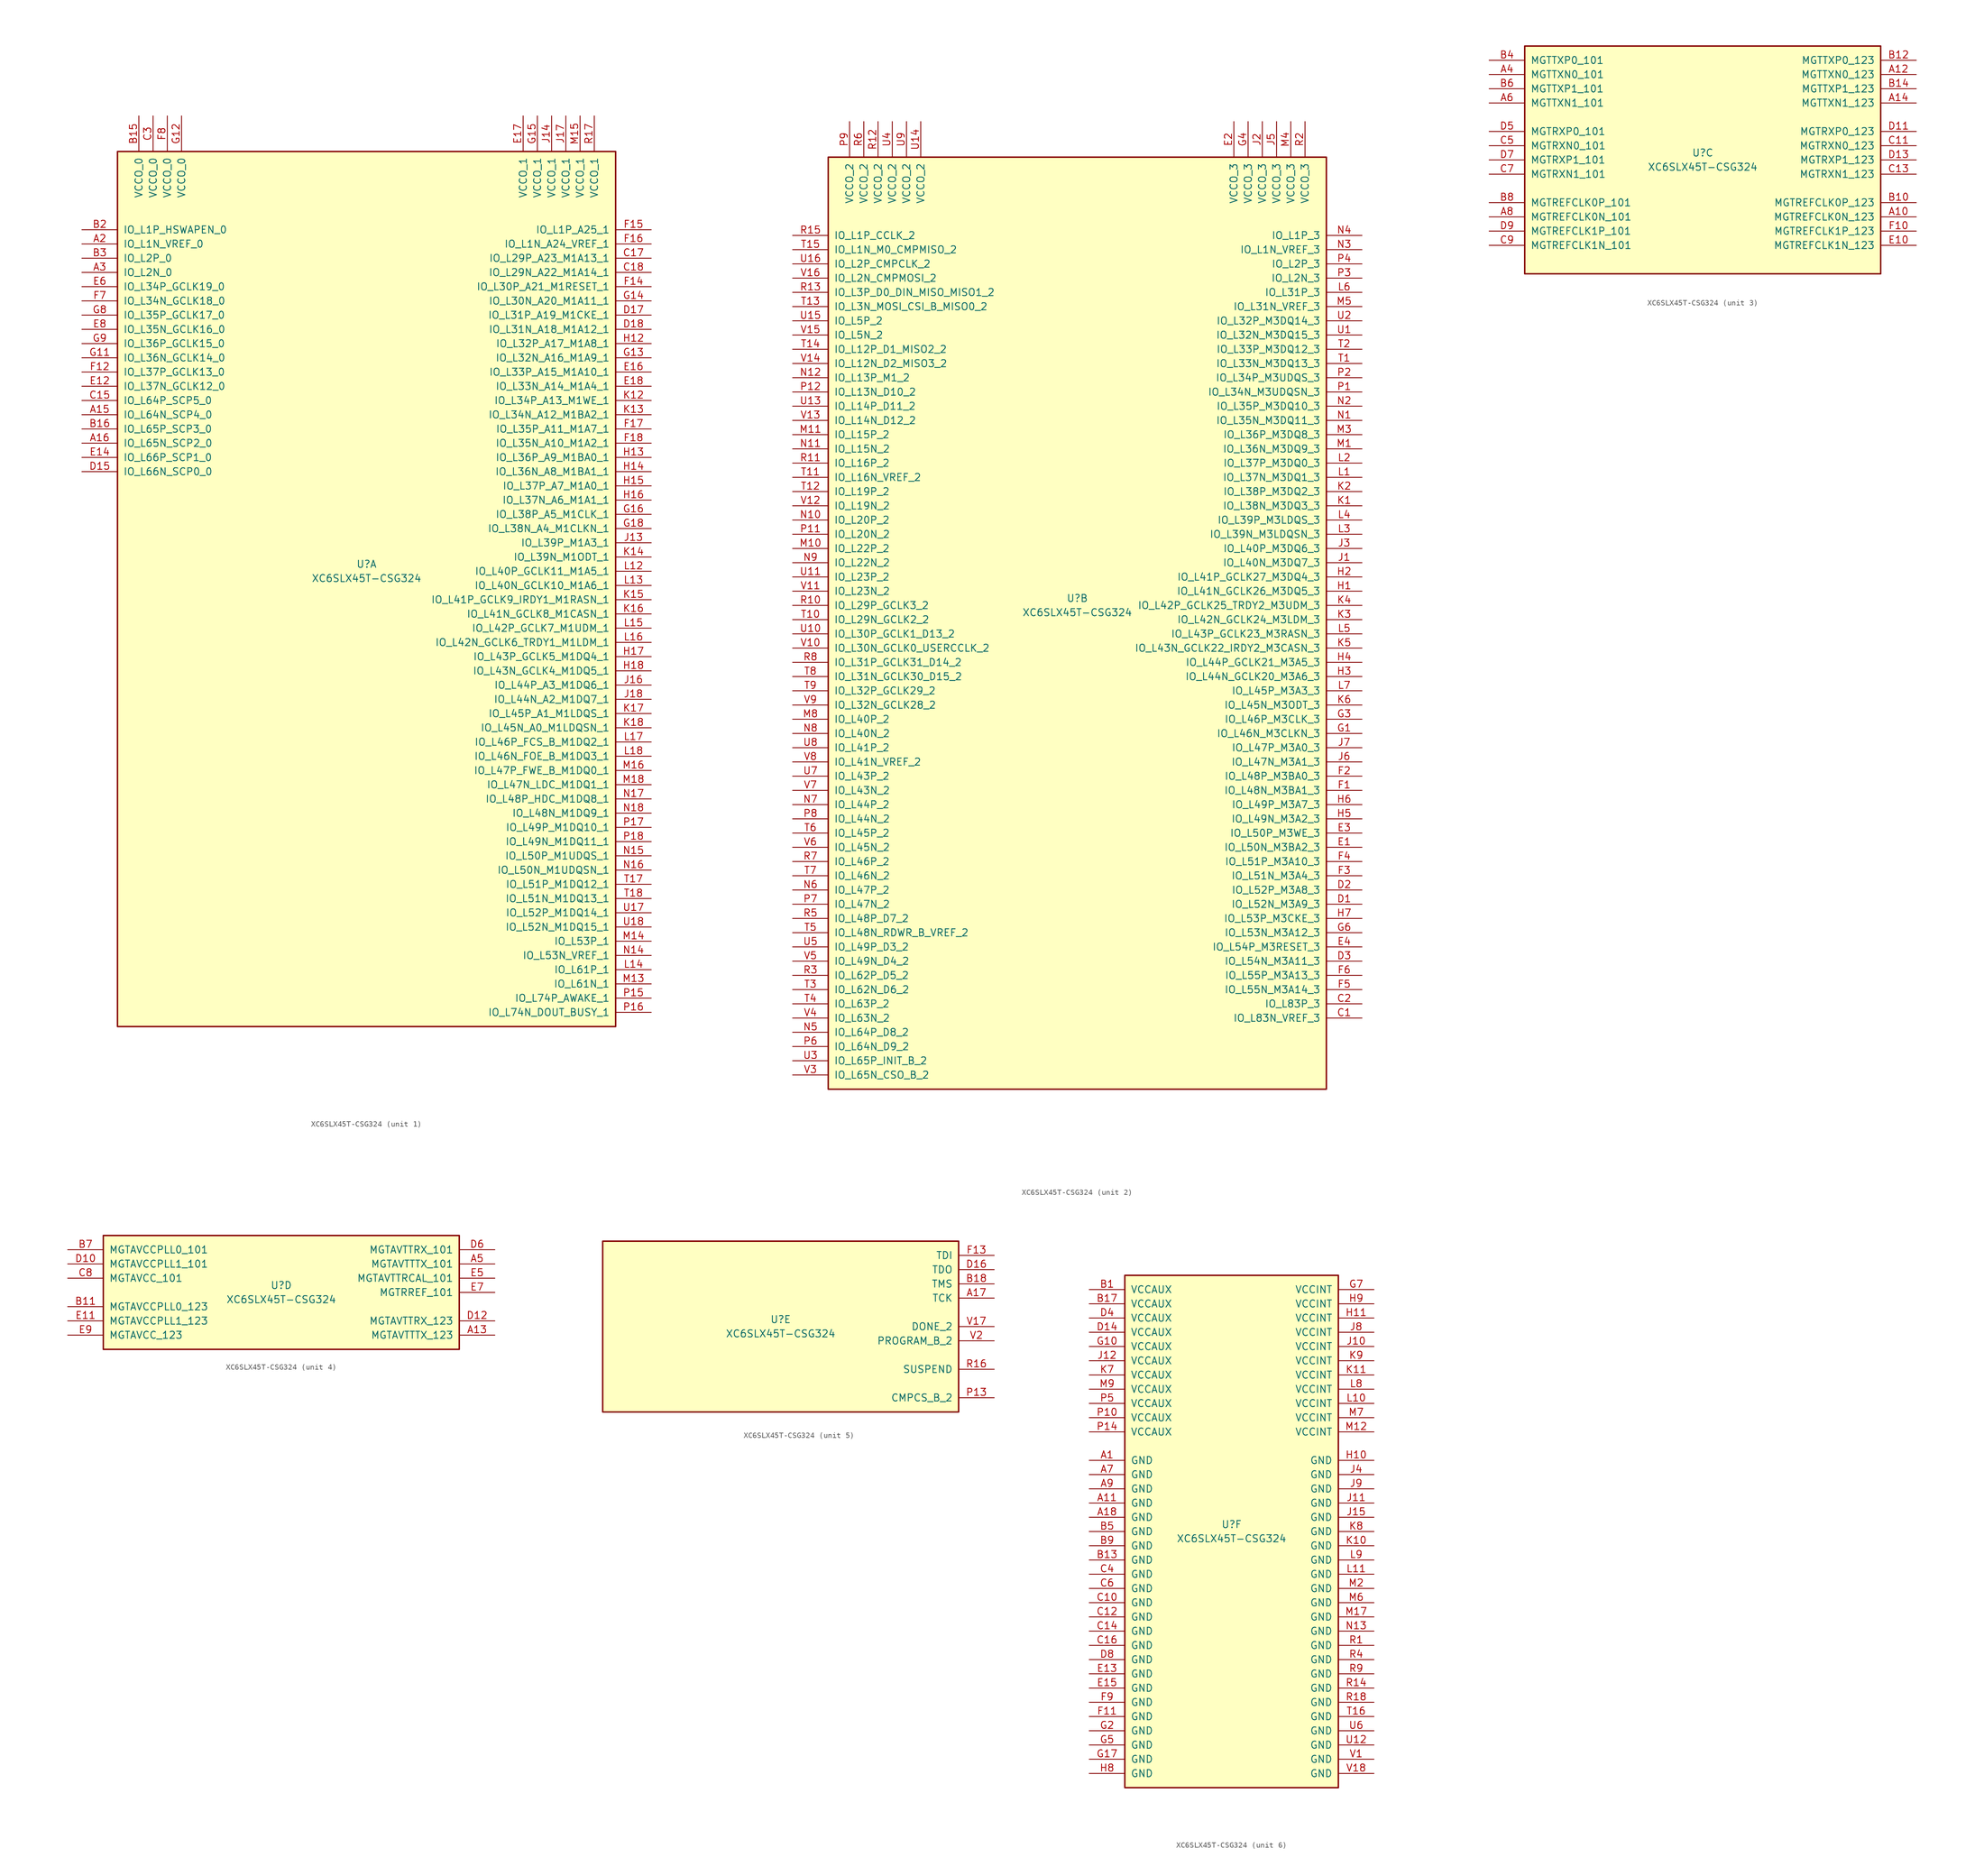
<source format=kicad_sym>
(kicad_symbol_lib
  (version 20201005)
  (generator kicad_symbol_editor)
  (symbol "XC6SLX45T-CSG324"
    (pin_names
      (offset 1.016))
    (property "Reference" "U"
      (at 0 1.27 0)
      (effects (font (size 1.27 1.27))))
    (property "Value" "XC6SLX45T-CSG324"
      (at 0 -1.27 0)
      (effects (font (size 1.27 1.27))))
    (property "Datasheet" ""
      (at 0 0 0)
      (effects (font (size 1.27 1.27))))
    (property "ki_locked" ""
      (at 0 0 0)
      (effects (font (size 1.27 1.27))))
    (symbol "XC6SLX45T-CSG324_1_1"
      (rectangle (start -44.45 74.93) (end 44.45 -81.28) (stroke (width 0.254)) (fill (type background)))
      (pin power_in line (at -40.64 81.28 270) (length 6.35) (name "VCCO_0" (effects (font (size 1.27 1.27)))) (number "B15" (effects (font (size 1.27 1.27)))))
      (pin power_in line (at -38.1 81.28 270) (length 6.35) (name "VCCO_0" (effects (font (size 1.27 1.27)))) (number "C3" (effects (font (size 1.27 1.27)))))
      (pin power_in line (at -35.56 81.28 270) (length 6.35) (name "VCCO_0" (effects (font (size 1.27 1.27)))) (number "F8" (effects (font (size 1.27 1.27)))))
      (pin power_in line (at -33.02 81.28 270) (length 6.35) (name "VCCO_0" (effects (font (size 1.27 1.27)))) (number "G12" (effects (font (size 1.27 1.27)))))
      (pin bidirectional line (at -50.8 60.96 0) (length 6.35) (name "IO_L1P_HSWAPEN_0" (effects (font (size 1.27 1.27)))) (number "B2" (effects (font (size 1.27 1.27)))))
      (pin bidirectional line (at -50.8 58.42 0) (length 6.35) (name "IO_L1N_VREF_0" (effects (font (size 1.27 1.27)))) (number "A2" (effects (font (size 1.27 1.27)))))
      (pin bidirectional line (at -50.8 55.88 0) (length 6.35) (name "IO_L2P_0" (effects (font (size 1.27 1.27)))) (number "B3" (effects (font (size 1.27 1.27)))))
      (pin bidirectional line (at -50.8 53.34 0) (length 6.35) (name "IO_L2N_0" (effects (font (size 1.27 1.27)))) (number "A3" (effects (font (size 1.27 1.27)))))
      (pin bidirectional line (at -50.8 50.8 0) (length 6.35) (name "IO_L34P_GCLK19_0" (effects (font (size 1.27 1.27)))) (number "E6" (effects (font (size 1.27 1.27)))))
      (pin bidirectional line (at -50.8 48.26 0) (length 6.35) (name "IO_L34N_GCLK18_0" (effects (font (size 1.27 1.27)))) (number "F7" (effects (font (size 1.27 1.27)))))
      (pin bidirectional line (at -50.8 45.72 0) (length 6.35) (name "IO_L35P_GCLK17_0" (effects (font (size 1.27 1.27)))) (number "G8" (effects (font (size 1.27 1.27)))))
      (pin bidirectional line (at -50.8 43.18 0) (length 6.35) (name "IO_L35N_GCLK16_0" (effects (font (size 1.27 1.27)))) (number "E8" (effects (font (size 1.27 1.27)))))
      (pin bidirectional line (at -50.8 40.64 0) (length 6.35) (name "IO_L36P_GCLK15_0" (effects (font (size 1.27 1.27)))) (number "G9" (effects (font (size 1.27 1.27)))))
      (pin bidirectional line (at -50.8 38.1 0) (length 6.35) (name "IO_L36N_GCLK14_0" (effects (font (size 1.27 1.27)))) (number "G11" (effects (font (size 1.27 1.27)))))
      (pin bidirectional line (at -50.8 35.56 0) (length 6.35) (name "IO_L37P_GCLK13_0" (effects (font (size 1.27 1.27)))) (number "F12" (effects (font (size 1.27 1.27)))))
      (pin bidirectional line (at -50.8 33.02 0) (length 6.35) (name "IO_L37N_GCLK12_0" (effects (font (size 1.27 1.27)))) (number "E12" (effects (font (size 1.27 1.27)))))
      (pin bidirectional line (at -50.8 30.48 0) (length 6.35) (name "IO_L64P_SCP5_0" (effects (font (size 1.27 1.27)))) (number "C15" (effects (font (size 1.27 1.27)))))
      (pin bidirectional line (at -50.8 27.94 0) (length 6.35) (name "IO_L64N_SCP4_0" (effects (font (size 1.27 1.27)))) (number "A15" (effects (font (size 1.27 1.27)))))
      (pin bidirectional line (at -50.8 25.4 0) (length 6.35) (name "IO_L65P_SCP3_0" (effects (font (size 1.27 1.27)))) (number "B16" (effects (font (size 1.27 1.27)))))
      (pin bidirectional line (at -50.8 22.86 0) (length 6.35) (name "IO_L65N_SCP2_0" (effects (font (size 1.27 1.27)))) (number "A16" (effects (font (size 1.27 1.27)))))
      (pin bidirectional line (at -50.8 20.32 0) (length 6.35) (name "IO_L66P_SCP1_0" (effects (font (size 1.27 1.27)))) (number "E14" (effects (font (size 1.27 1.27)))))
      (pin bidirectional line (at -50.8 17.78 0) (length 6.35) (name "IO_L66N_SCP0_0" (effects (font (size 1.27 1.27)))) (number "D15" (effects (font (size 1.27 1.27)))))
      (pin power_in line (at 27.94 81.28 270) (length 6.35) (name "VCCO_1" (effects (font (size 1.27 1.27)))) (number "E17" (effects (font (size 1.27 1.27)))))
      (pin power_in line (at 30.48 81.28 270) (length 6.35) (name "VCCO_1" (effects (font (size 1.27 1.27)))) (number "G15" (effects (font (size 1.27 1.27)))))
      (pin power_in line (at 33.02 81.28 270) (length 6.35) (name "VCCO_1" (effects (font (size 1.27 1.27)))) (number "J14" (effects (font (size 1.27 1.27)))))
      (pin power_in line (at 35.56 81.28 270) (length 6.35) (name "VCCO_1" (effects (font (size 1.27 1.27)))) (number "J17" (effects (font (size 1.27 1.27)))))
      (pin power_in line (at 38.1 81.28 270) (length 6.35) (name "VCCO_1" (effects (font (size 1.27 1.27)))) (number "M15" (effects (font (size 1.27 1.27)))))
      (pin power_in line (at 40.64 81.28 270) (length 6.35) (name "VCCO_1" (effects (font (size 1.27 1.27)))) (number "R17" (effects (font (size 1.27 1.27)))))
      (pin bidirectional line (at 50.8 60.96 180) (length 6.35) (name "IO_L1P_A25_1" (effects (font (size 1.27 1.27)))) (number "F15" (effects (font (size 1.27 1.27)))))
      (pin bidirectional line (at 50.8 58.42 180) (length 6.35) (name "IO_L1N_A24_VREF_1" (effects (font (size 1.27 1.27)))) (number "F16" (effects (font (size 1.27 1.27)))))
      (pin bidirectional line (at 50.8 55.88 180) (length 6.35) (name "IO_L29P_A23_M1A13_1" (effects (font (size 1.27 1.27)))) (number "C17" (effects (font (size 1.27 1.27)))))
      (pin bidirectional line (at 50.8 53.34 180) (length 6.35) (name "IO_L29N_A22_M1A14_1" (effects (font (size 1.27 1.27)))) (number "C18" (effects (font (size 1.27 1.27)))))
      (pin bidirectional line (at 50.8 50.8 180) (length 6.35) (name "IO_L30P_A21_M1RESET_1" (effects (font (size 1.27 1.27)))) (number "F14" (effects (font (size 1.27 1.27)))))
      (pin bidirectional line (at 50.8 48.26 180) (length 6.35) (name "IO_L30N_A20_M1A11_1" (effects (font (size 1.27 1.27)))) (number "G14" (effects (font (size 1.27 1.27)))))
      (pin bidirectional line (at 50.8 45.72 180) (length 6.35) (name "IO_L31P_A19_M1CKE_1" (effects (font (size 1.27 1.27)))) (number "D17" (effects (font (size 1.27 1.27)))))
      (pin bidirectional line (at 50.8 43.18 180) (length 6.35) (name "IO_L31N_A18_M1A12_1" (effects (font (size 1.27 1.27)))) (number "D18" (effects (font (size 1.27 1.27)))))
      (pin bidirectional line (at 50.8 40.64 180) (length 6.35) (name "IO_L32P_A17_M1A8_1" (effects (font (size 1.27 1.27)))) (number "H12" (effects (font (size 1.27 1.27)))))
      (pin bidirectional line (at 50.8 38.1 180) (length 6.35) (name "IO_L32N_A16_M1A9_1" (effects (font (size 1.27 1.27)))) (number "G13" (effects (font (size 1.27 1.27)))))
      (pin bidirectional line (at 50.8 35.56 180) (length 6.35) (name "IO_L33P_A15_M1A10_1" (effects (font (size 1.27 1.27)))) (number "E16" (effects (font (size 1.27 1.27)))))
      (pin bidirectional line (at 50.8 33.02 180) (length 6.35) (name "IO_L33N_A14_M1A4_1" (effects (font (size 1.27 1.27)))) (number "E18" (effects (font (size 1.27 1.27)))))
      (pin bidirectional line (at 50.8 30.48 180) (length 6.35) (name "IO_L34P_A13_M1WE_1" (effects (font (size 1.27 1.27)))) (number "K12" (effects (font (size 1.27 1.27)))))
      (pin bidirectional line (at 50.8 27.94 180) (length 6.35) (name "IO_L34N_A12_M1BA2_1" (effects (font (size 1.27 1.27)))) (number "K13" (effects (font (size 1.27 1.27)))))
      (pin bidirectional line (at 50.8 25.4 180) (length 6.35) (name "IO_L35P_A11_M1A7_1" (effects (font (size 1.27 1.27)))) (number "F17" (effects (font (size 1.27 1.27)))))
      (pin bidirectional line (at 50.8 22.86 180) (length 6.35) (name "IO_L35N_A10_M1A2_1" (effects (font (size 1.27 1.27)))) (number "F18" (effects (font (size 1.27 1.27)))))
      (pin bidirectional line (at 50.8 20.32 180) (length 6.35) (name "IO_L36P_A9_M1BA0_1" (effects (font (size 1.27 1.27)))) (number "H13" (effects (font (size 1.27 1.27)))))
      (pin bidirectional line (at 50.8 17.78 180) (length 6.35) (name "IO_L36N_A8_M1BA1_1" (effects (font (size 1.27 1.27)))) (number "H14" (effects (font (size 1.27 1.27)))))
      (pin bidirectional line (at 50.8 15.24 180) (length 6.35) (name "IO_L37P_A7_M1A0_1" (effects (font (size 1.27 1.27)))) (number "H15" (effects (font (size 1.27 1.27)))))
      (pin bidirectional line (at 50.8 12.7 180) (length 6.35) (name "IO_L37N_A6_M1A1_1" (effects (font (size 1.27 1.27)))) (number "H16" (effects (font (size 1.27 1.27)))))
      (pin bidirectional line (at 50.8 10.16 180) (length 6.35) (name "IO_L38P_A5_M1CLK_1" (effects (font (size 1.27 1.27)))) (number "G16" (effects (font (size 1.27 1.27)))))
      (pin bidirectional line (at 50.8 7.62 180) (length 6.35) (name "IO_L38N_A4_M1CLKN_1" (effects (font (size 1.27 1.27)))) (number "G18" (effects (font (size 1.27 1.27)))))
      (pin bidirectional line (at 50.8 5.08 180) (length 6.35) (name "IO_L39P_M1A3_1" (effects (font (size 1.27 1.27)))) (number "J13" (effects (font (size 1.27 1.27)))))
      (pin bidirectional line (at 50.8 2.54 180) (length 6.35) (name "IO_L39N_M1ODT_1" (effects (font (size 1.27 1.27)))) (number "K14" (effects (font (size 1.27 1.27)))))
      (pin bidirectional line (at 50.8 0 180) (length 6.35) (name "IO_L40P_GCLK11_M1A5_1" (effects (font (size 1.27 1.27)))) (number "L12" (effects (font (size 1.27 1.27)))))
      (pin bidirectional line (at 50.8 -2.54 180) (length 6.35) (name "IO_L40N_GCLK10_M1A6_1" (effects (font (size 1.27 1.27)))) (number "L13" (effects (font (size 1.27 1.27)))))
      (pin bidirectional line (at 50.8 -5.08 180) (length 6.35) (name "IO_L41P_GCLK9_IRDY1_M1RASN_1" (effects (font (size 1.27 1.27)))) (number "K15" (effects (font (size 1.27 1.27)))))
      (pin bidirectional line (at 50.8 -7.62 180) (length 6.35) (name "IO_L41N_GCLK8_M1CASN_1" (effects (font (size 1.27 1.27)))) (number "K16" (effects (font (size 1.27 1.27)))))
      (pin bidirectional line (at 50.8 -10.16 180) (length 6.35) (name "IO_L42P_GCLK7_M1UDM_1" (effects (font (size 1.27 1.27)))) (number "L15" (effects (font (size 1.27 1.27)))))
      (pin bidirectional line (at 50.8 -12.7 180) (length 6.35) (name "IO_L42N_GCLK6_TRDY1_M1LDM_1" (effects (font (size 1.27 1.27)))) (number "L16" (effects (font (size 1.27 1.27)))))
      (pin bidirectional line (at 50.8 -15.24 180) (length 6.35) (name "IO_L43P_GCLK5_M1DQ4_1" (effects (font (size 1.27 1.27)))) (number "H17" (effects (font (size 1.27 1.27)))))
      (pin bidirectional line (at 50.8 -17.78 180) (length 6.35) (name "IO_L43N_GCLK4_M1DQ5_1" (effects (font (size 1.27 1.27)))) (number "H18" (effects (font (size 1.27 1.27)))))
      (pin bidirectional line (at 50.8 -20.32 180) (length 6.35) (name "IO_L44P_A3_M1DQ6_1" (effects (font (size 1.27 1.27)))) (number "J16" (effects (font (size 1.27 1.27)))))
      (pin bidirectional line (at 50.8 -22.86 180) (length 6.35) (name "IO_L44N_A2_M1DQ7_1" (effects (font (size 1.27 1.27)))) (number "J18" (effects (font (size 1.27 1.27)))))
      (pin bidirectional line (at 50.8 -25.4 180) (length 6.35) (name "IO_L45P_A1_M1LDQS_1" (effects (font (size 1.27 1.27)))) (number "K17" (effects (font (size 1.27 1.27)))))
      (pin bidirectional line (at 50.8 -27.94 180) (length 6.35) (name "IO_L45N_A0_M1LDQSN_1" (effects (font (size 1.27 1.27)))) (number "K18" (effects (font (size 1.27 1.27)))))
      (pin bidirectional line (at 50.8 -30.48 180) (length 6.35) (name "IO_L46P_FCS_B_M1DQ2_1" (effects (font (size 1.27 1.27)))) (number "L17" (effects (font (size 1.27 1.27)))))
      (pin bidirectional line (at 50.8 -33.02 180) (length 6.35) (name "IO_L46N_FOE_B_M1DQ3_1" (effects (font (size 1.27 1.27)))) (number "L18" (effects (font (size 1.27 1.27)))))
      (pin bidirectional line (at 50.8 -35.56 180) (length 6.35) (name "IO_L47P_FWE_B_M1DQ0_1" (effects (font (size 1.27 1.27)))) (number "M16" (effects (font (size 1.27 1.27)))))
      (pin bidirectional line (at 50.8 -38.1 180) (length 6.35) (name "IO_L47N_LDC_M1DQ1_1" (effects (font (size 1.27 1.27)))) (number "M18" (effects (font (size 1.27 1.27)))))
      (pin bidirectional line (at 50.8 -40.64 180) (length 6.35) (name "IO_L48P_HDC_M1DQ8_1" (effects (font (size 1.27 1.27)))) (number "N17" (effects (font (size 1.27 1.27)))))
      (pin bidirectional line (at 50.8 -43.18 180) (length 6.35) (name "IO_L48N_M1DQ9_1" (effects (font (size 1.27 1.27)))) (number "N18" (effects (font (size 1.27 1.27)))))
      (pin bidirectional line (at 50.8 -45.72 180) (length 6.35) (name "IO_L49P_M1DQ10_1" (effects (font (size 1.27 1.27)))) (number "P17" (effects (font (size 1.27 1.27)))))
      (pin bidirectional line (at 50.8 -48.26 180) (length 6.35) (name "IO_L49N_M1DQ11_1" (effects (font (size 1.27 1.27)))) (number "P18" (effects (font (size 1.27 1.27)))))
      (pin bidirectional line (at 50.8 -50.8 180) (length 6.35) (name "IO_L50P_M1UDQS_1" (effects (font (size 1.27 1.27)))) (number "N15" (effects (font (size 1.27 1.27)))))
      (pin bidirectional line (at 50.8 -53.34 180) (length 6.35) (name "IO_L50N_M1UDQSN_1" (effects (font (size 1.27 1.27)))) (number "N16" (effects (font (size 1.27 1.27)))))
      (pin bidirectional line (at 50.8 -55.88 180) (length 6.35) (name "IO_L51P_M1DQ12_1" (effects (font (size 1.27 1.27)))) (number "T17" (effects (font (size 1.27 1.27)))))
      (pin bidirectional line (at 50.8 -58.42 180) (length 6.35) (name "IO_L51N_M1DQ13_1" (effects (font (size 1.27 1.27)))) (number "T18" (effects (font (size 1.27 1.27)))))
      (pin bidirectional line (at 50.8 -60.96 180) (length 6.35) (name "IO_L52P_M1DQ14_1" (effects (font (size 1.27 1.27)))) (number "U17" (effects (font (size 1.27 1.27)))))
      (pin bidirectional line (at 50.8 -63.5 180) (length 6.35) (name "IO_L52N_M1DQ15_1" (effects (font (size 1.27 1.27)))) (number "U18" (effects (font (size 1.27 1.27)))))
      (pin bidirectional line (at 50.8 -66.04 180) (length 6.35) (name "IO_L53P_1" (effects (font (size 1.27 1.27)))) (number "M14" (effects (font (size 1.27 1.27)))))
      (pin bidirectional line (at 50.8 -68.58 180) (length 6.35) (name "IO_L53N_VREF_1" (effects (font (size 1.27 1.27)))) (number "N14" (effects (font (size 1.27 1.27)))))
      (pin bidirectional line (at 50.8 -71.12 180) (length 6.35) (name "IO_L61P_1" (effects (font (size 1.27 1.27)))) (number "L14" (effects (font (size 1.27 1.27)))))
      (pin bidirectional line (at 50.8 -73.66 180) (length 6.35) (name "IO_L61N_1" (effects (font (size 1.27 1.27)))) (number "M13" (effects (font (size 1.27 1.27)))))
      (pin bidirectional line (at 50.8 -76.2 180) (length 6.35) (name "IO_L74P_AWAKE_1" (effects (font (size 1.27 1.27)))) (number "P15" (effects (font (size 1.27 1.27)))))
      (pin bidirectional line (at 50.8 -78.74 180) (length 6.35) (name "IO_L74N_DOUT_BUSY_1" (effects (font (size 1.27 1.27)))) (number "P16" (effects (font (size 1.27 1.27))))))
    (symbol "XC6SLX45T-CSG324_2_1"
      (rectangle (start -44.45 80.01) (end 44.45 -86.36) (stroke (width 0.254)) (fill (type background)))
      (pin power_in line (at -40.64 86.36 270) (length 6.35) (name "VCCO_2" (effects (font (size 1.27 1.27)))) (number "P9" (effects (font (size 1.27 1.27)))))
      (pin power_in line (at -38.1 86.36 270) (length 6.35) (name "VCCO_2" (effects (font (size 1.27 1.27)))) (number "R6" (effects (font (size 1.27 1.27)))))
      (pin power_in line (at -35.56 86.36 270) (length 6.35) (name "VCCO_2" (effects (font (size 1.27 1.27)))) (number "R12" (effects (font (size 1.27 1.27)))))
      (pin power_in line (at -33.02 86.36 270) (length 6.35) (name "VCCO_2" (effects (font (size 1.27 1.27)))) (number "U4" (effects (font (size 1.27 1.27)))))
      (pin power_in line (at -30.48 86.36 270) (length 6.35) (name "VCCO_2" (effects (font (size 1.27 1.27)))) (number "U9" (effects (font (size 1.27 1.27)))))
      (pin power_in line (at -27.94 86.36 270) (length 6.35) (name "VCCO_2" (effects (font (size 1.27 1.27)))) (number "U14" (effects (font (size 1.27 1.27)))))
      (pin bidirectional line (at -50.8 66.04 0) (length 6.35) (name "IO_L1P_CCLK_2" (effects (font (size 1.27 1.27)))) (number "R15" (effects (font (size 1.27 1.27)))))
      (pin bidirectional line (at -50.8 63.5 0) (length 6.35) (name "IO_L1N_M0_CMPMISO_2" (effects (font (size 1.27 1.27)))) (number "T15" (effects (font (size 1.27 1.27)))))
      (pin bidirectional line (at -50.8 60.96 0) (length 6.35) (name "IO_L2P_CMPCLK_2" (effects (font (size 1.27 1.27)))) (number "U16" (effects (font (size 1.27 1.27)))))
      (pin bidirectional line (at -50.8 58.42 0) (length 6.35) (name "IO_L2N_CMPMOSI_2" (effects (font (size 1.27 1.27)))) (number "V16" (effects (font (size 1.27 1.27)))))
      (pin bidirectional line (at -50.8 55.88 0) (length 6.35) (name "IO_L3P_D0_DIN_MISO_MISO1_2" (effects (font (size 1.27 1.27)))) (number "R13" (effects (font (size 1.27 1.27)))))
      (pin bidirectional line (at -50.8 53.34 0) (length 6.35) (name "IO_L3N_MOSI_CSI_B_MISO0_2" (effects (font (size 1.27 1.27)))) (number "T13" (effects (font (size 1.27 1.27)))))
      (pin bidirectional line (at -50.8 50.8 0) (length 6.35) (name "IO_L5P_2" (effects (font (size 1.27 1.27)))) (number "U15" (effects (font (size 1.27 1.27)))))
      (pin bidirectional line (at -50.8 48.26 0) (length 6.35) (name "IO_L5N_2" (effects (font (size 1.27 1.27)))) (number "V15" (effects (font (size 1.27 1.27)))))
      (pin bidirectional line (at -50.8 45.72 0) (length 6.35) (name "IO_L12P_D1_MISO2_2" (effects (font (size 1.27 1.27)))) (number "T14" (effects (font (size 1.27 1.27)))))
      (pin bidirectional line (at -50.8 43.18 0) (length 6.35) (name "IO_L12N_D2_MISO3_2" (effects (font (size 1.27 1.27)))) (number "V14" (effects (font (size 1.27 1.27)))))
      (pin bidirectional line (at -50.8 40.64 0) (length 6.35) (name "IO_L13P_M1_2" (effects (font (size 1.27 1.27)))) (number "N12" (effects (font (size 1.27 1.27)))))
      (pin bidirectional line (at -50.8 38.1 0) (length 6.35) (name "IO_L13N_D10_2" (effects (font (size 1.27 1.27)))) (number "P12" (effects (font (size 1.27 1.27)))))
      (pin bidirectional line (at -50.8 35.56 0) (length 6.35) (name "IO_L14P_D11_2" (effects (font (size 1.27 1.27)))) (number "U13" (effects (font (size 1.27 1.27)))))
      (pin bidirectional line (at -50.8 33.02 0) (length 6.35) (name "IO_L14N_D12_2" (effects (font (size 1.27 1.27)))) (number "V13" (effects (font (size 1.27 1.27)))))
      (pin bidirectional line (at -50.8 30.48 0) (length 6.35) (name "IO_L15P_2" (effects (font (size 1.27 1.27)))) (number "M11" (effects (font (size 1.27 1.27)))))
      (pin bidirectional line (at -50.8 27.94 0) (length 6.35) (name "IO_L15N_2" (effects (font (size 1.27 1.27)))) (number "N11" (effects (font (size 1.27 1.27)))))
      (pin bidirectional line (at -50.8 25.4 0) (length 6.35) (name "IO_L16P_2" (effects (font (size 1.27 1.27)))) (number "R11" (effects (font (size 1.27 1.27)))))
      (pin bidirectional line (at -50.8 22.86 0) (length 6.35) (name "IO_L16N_VREF_2" (effects (font (size 1.27 1.27)))) (number "T11" (effects (font (size 1.27 1.27)))))
      (pin bidirectional line (at -50.8 20.32 0) (length 6.35) (name "IO_L19P_2" (effects (font (size 1.27 1.27)))) (number "T12" (effects (font (size 1.27 1.27)))))
      (pin bidirectional line (at -50.8 17.78 0) (length 6.35) (name "IO_L19N_2" (effects (font (size 1.27 1.27)))) (number "V12" (effects (font (size 1.27 1.27)))))
      (pin bidirectional line (at -50.8 15.24 0) (length 6.35) (name "IO_L20P_2" (effects (font (size 1.27 1.27)))) (number "N10" (effects (font (size 1.27 1.27)))))
      (pin bidirectional line (at -50.8 12.7 0) (length 6.35) (name "IO_L20N_2" (effects (font (size 1.27 1.27)))) (number "P11" (effects (font (size 1.27 1.27)))))
      (pin bidirectional line (at -50.8 10.16 0) (length 6.35) (name "IO_L22P_2" (effects (font (size 1.27 1.27)))) (number "M10" (effects (font (size 1.27 1.27)))))
      (pin bidirectional line (at -50.8 7.62 0) (length 6.35) (name "IO_L22N_2" (effects (font (size 1.27 1.27)))) (number "N9" (effects (font (size 1.27 1.27)))))
      (pin bidirectional line (at -50.8 5.08 0) (length 6.35) (name "IO_L23P_2" (effects (font (size 1.27 1.27)))) (number "U11" (effects (font (size 1.27 1.27)))))
      (pin bidirectional line (at -50.8 2.54 0) (length 6.35) (name "IO_L23N_2" (effects (font (size 1.27 1.27)))) (number "V11" (effects (font (size 1.27 1.27)))))
      (pin bidirectional line (at -50.8 0 0) (length 6.35) (name "IO_L29P_GCLK3_2" (effects (font (size 1.27 1.27)))) (number "R10" (effects (font (size 1.27 1.27)))))
      (pin bidirectional line (at -50.8 -2.54 0) (length 6.35) (name "IO_L29N_GCLK2_2" (effects (font (size 1.27 1.27)))) (number "T10" (effects (font (size 1.27 1.27)))))
      (pin bidirectional line (at -50.8 -5.08 0) (length 6.35) (name "IO_L30P_GCLK1_D13_2" (effects (font (size 1.27 1.27)))) (number "U10" (effects (font (size 1.27 1.27)))))
      (pin bidirectional line (at -50.8 -7.62 0) (length 6.35) (name "IO_L30N_GCLK0_USERCCLK_2" (effects (font (size 1.27 1.27)))) (number "V10" (effects (font (size 1.27 1.27)))))
      (pin bidirectional line (at -50.8 -10.16 0) (length 6.35) (name "IO_L31P_GCLK31_D14_2" (effects (font (size 1.27 1.27)))) (number "R8" (effects (font (size 1.27 1.27)))))
      (pin bidirectional line (at -50.8 -12.7 0) (length 6.35) (name "IO_L31N_GCLK30_D15_2" (effects (font (size 1.27 1.27)))) (number "T8" (effects (font (size 1.27 1.27)))))
      (pin bidirectional line (at -50.8 -15.24 0) (length 6.35) (name "IO_L32P_GCLK29_2" (effects (font (size 1.27 1.27)))) (number "T9" (effects (font (size 1.27 1.27)))))
      (pin bidirectional line (at -50.8 -17.78 0) (length 6.35) (name "IO_L32N_GCLK28_2" (effects (font (size 1.27 1.27)))) (number "V9" (effects (font (size 1.27 1.27)))))
      (pin bidirectional line (at -50.8 -20.32 0) (length 6.35) (name "IO_L40P_2" (effects (font (size 1.27 1.27)))) (number "M8" (effects (font (size 1.27 1.27)))))
      (pin bidirectional line (at -50.8 -22.86 0) (length 6.35) (name "IO_L40N_2" (effects (font (size 1.27 1.27)))) (number "N8" (effects (font (size 1.27 1.27)))))
      (pin bidirectional line (at -50.8 -25.4 0) (length 6.35) (name "IO_L41P_2" (effects (font (size 1.27 1.27)))) (number "U8" (effects (font (size 1.27 1.27)))))
      (pin bidirectional line (at -50.8 -27.94 0) (length 6.35) (name "IO_L41N_VREF_2" (effects (font (size 1.27 1.27)))) (number "V8" (effects (font (size 1.27 1.27)))))
      (pin bidirectional line (at -50.8 -30.48 0) (length 6.35) (name "IO_L43P_2" (effects (font (size 1.27 1.27)))) (number "U7" (effects (font (size 1.27 1.27)))))
      (pin bidirectional line (at -50.8 -33.02 0) (length 6.35) (name "IO_L43N_2" (effects (font (size 1.27 1.27)))) (number "V7" (effects (font (size 1.27 1.27)))))
      (pin bidirectional line (at -50.8 -35.56 0) (length 6.35) (name "IO_L44P_2" (effects (font (size 1.27 1.27)))) (number "N7" (effects (font (size 1.27 1.27)))))
      (pin bidirectional line (at -50.8 -38.1 0) (length 6.35) (name "IO_L44N_2" (effects (font (size 1.27 1.27)))) (number "P8" (effects (font (size 1.27 1.27)))))
      (pin bidirectional line (at -50.8 -40.64 0) (length 6.35) (name "IO_L45P_2" (effects (font (size 1.27 1.27)))) (number "T6" (effects (font (size 1.27 1.27)))))
      (pin bidirectional line (at -50.8 -43.18 0) (length 6.35) (name "IO_L45N_2" (effects (font (size 1.27 1.27)))) (number "V6" (effects (font (size 1.27 1.27)))))
      (pin bidirectional line (at -50.8 -45.72 0) (length 6.35) (name "IO_L46P_2" (effects (font (size 1.27 1.27)))) (number "R7" (effects (font (size 1.27 1.27)))))
      (pin bidirectional line (at -50.8 -48.26 0) (length 6.35) (name "IO_L46N_2" (effects (font (size 1.27 1.27)))) (number "T7" (effects (font (size 1.27 1.27)))))
      (pin bidirectional line (at -50.8 -50.8 0) (length 6.35) (name "IO_L47P_2" (effects (font (size 1.27 1.27)))) (number "N6" (effects (font (size 1.27 1.27)))))
      (pin bidirectional line (at -50.8 -53.34 0) (length 6.35) (name "IO_L47N_2" (effects (font (size 1.27 1.27)))) (number "P7" (effects (font (size 1.27 1.27)))))
      (pin bidirectional line (at -50.8 -55.88 0) (length 6.35) (name "IO_L48P_D7_2" (effects (font (size 1.27 1.27)))) (number "R5" (effects (font (size 1.27 1.27)))))
      (pin bidirectional line (at -50.8 -58.42 0) (length 6.35) (name "IO_L48N_RDWR_B_VREF_2" (effects (font (size 1.27 1.27)))) (number "T5" (effects (font (size 1.27 1.27)))))
      (pin bidirectional line (at -50.8 -60.96 0) (length 6.35) (name "IO_L49P_D3_2" (effects (font (size 1.27 1.27)))) (number "U5" (effects (font (size 1.27 1.27)))))
      (pin bidirectional line (at -50.8 -63.5 0) (length 6.35) (name "IO_L49N_D4_2" (effects (font (size 1.27 1.27)))) (number "V5" (effects (font (size 1.27 1.27)))))
      (pin bidirectional line (at -50.8 -66.04 0) (length 6.35) (name "IO_L62P_D5_2" (effects (font (size 1.27 1.27)))) (number "R3" (effects (font (size 1.27 1.27)))))
      (pin bidirectional line (at -50.8 -68.58 0) (length 6.35) (name "IO_L62N_D6_2" (effects (font (size 1.27 1.27)))) (number "T3" (effects (font (size 1.27 1.27)))))
      (pin bidirectional line (at -50.8 -71.12 0) (length 6.35) (name "IO_L63P_2" (effects (font (size 1.27 1.27)))) (number "T4" (effects (font (size 1.27 1.27)))))
      (pin bidirectional line (at -50.8 -73.66 0) (length 6.35) (name "IO_L63N_2" (effects (font (size 1.27 1.27)))) (number "V4" (effects (font (size 1.27 1.27)))))
      (pin bidirectional line (at -50.8 -76.2 0) (length 6.35) (name "IO_L64P_D8_2" (effects (font (size 1.27 1.27)))) (number "N5" (effects (font (size 1.27 1.27)))))
      (pin bidirectional line (at -50.8 -78.74 0) (length 6.35) (name "IO_L64N_D9_2" (effects (font (size 1.27 1.27)))) (number "P6" (effects (font (size 1.27 1.27)))))
      (pin bidirectional line (at -50.8 -81.28 0) (length 6.35) (name "IO_L65P_INIT_B_2" (effects (font (size 1.27 1.27)))) (number "U3" (effects (font (size 1.27 1.27)))))
      (pin bidirectional line (at -50.8 -83.82 0) (length 6.35) (name "IO_L65N_CSO_B_2" (effects (font (size 1.27 1.27)))) (number "V3" (effects (font (size 1.27 1.27)))))
      (pin power_in line (at 27.94 86.36 270) (length 6.35) (name "VCCO_3" (effects (font (size 1.27 1.27)))) (number "E2" (effects (font (size 1.27 1.27)))))
      (pin power_in line (at 30.48 86.36 270) (length 6.35) (name "VCCO_3" (effects (font (size 1.27 1.27)))) (number "G4" (effects (font (size 1.27 1.27)))))
      (pin power_in line (at 33.02 86.36 270) (length 6.35) (name "VCCO_3" (effects (font (size 1.27 1.27)))) (number "J2" (effects (font (size 1.27 1.27)))))
      (pin power_in line (at 35.56 86.36 270) (length 6.35) (name "VCCO_3" (effects (font (size 1.27 1.27)))) (number "J5" (effects (font (size 1.27 1.27)))))
      (pin power_in line (at 38.1 86.36 270) (length 6.35) (name "VCCO_3" (effects (font (size 1.27 1.27)))) (number "M4" (effects (font (size 1.27 1.27)))))
      (pin power_in line (at 40.64 86.36 270) (length 6.35) (name "VCCO_3" (effects (font (size 1.27 1.27)))) (number "R2" (effects (font (size 1.27 1.27)))))
      (pin bidirectional line (at 50.8 66.04 180) (length 6.35) (name "IO_L1P_3" (effects (font (size 1.27 1.27)))) (number "N4" (effects (font (size 1.27 1.27)))))
      (pin bidirectional line (at 50.8 63.5 180) (length 6.35) (name "IO_L1N_VREF_3" (effects (font (size 1.27 1.27)))) (number "N3" (effects (font (size 1.27 1.27)))))
      (pin bidirectional line (at 50.8 60.96 180) (length 6.35) (name "IO_L2P_3" (effects (font (size 1.27 1.27)))) (number "P4" (effects (font (size 1.27 1.27)))))
      (pin bidirectional line (at 50.8 58.42 180) (length 6.35) (name "IO_L2N_3" (effects (font (size 1.27 1.27)))) (number "P3" (effects (font (size 1.27 1.27)))))
      (pin bidirectional line (at 50.8 55.88 180) (length 6.35) (name "IO_L31P_3" (effects (font (size 1.27 1.27)))) (number "L6" (effects (font (size 1.27 1.27)))))
      (pin bidirectional line (at 50.8 53.34 180) (length 6.35) (name "IO_L31N_VREF_3" (effects (font (size 1.27 1.27)))) (number "M5" (effects (font (size 1.27 1.27)))))
      (pin bidirectional line (at 50.8 50.8 180) (length 6.35) (name "IO_L32P_M3DQ14_3" (effects (font (size 1.27 1.27)))) (number "U2" (effects (font (size 1.27 1.27)))))
      (pin bidirectional line (at 50.8 48.26 180) (length 6.35) (name "IO_L32N_M3DQ15_3" (effects (font (size 1.27 1.27)))) (number "U1" (effects (font (size 1.27 1.27)))))
      (pin bidirectional line (at 50.8 45.72 180) (length 6.35) (name "IO_L33P_M3DQ12_3" (effects (font (size 1.27 1.27)))) (number "T2" (effects (font (size 1.27 1.27)))))
      (pin bidirectional line (at 50.8 43.18 180) (length 6.35) (name "IO_L33N_M3DQ13_3" (effects (font (size 1.27 1.27)))) (number "T1" (effects (font (size 1.27 1.27)))))
      (pin bidirectional line (at 50.8 40.64 180) (length 6.35) (name "IO_L34P_M3UDQS_3" (effects (font (size 1.27 1.27)))) (number "P2" (effects (font (size 1.27 1.27)))))
      (pin bidirectional line (at 50.8 38.1 180) (length 6.35) (name "IO_L34N_M3UDQSN_3" (effects (font (size 1.27 1.27)))) (number "P1" (effects (font (size 1.27 1.27)))))
      (pin bidirectional line (at 50.8 35.56 180) (length 6.35) (name "IO_L35P_M3DQ10_3" (effects (font (size 1.27 1.27)))) (number "N2" (effects (font (size 1.27 1.27)))))
      (pin bidirectional line (at 50.8 33.02 180) (length 6.35) (name "IO_L35N_M3DQ11_3" (effects (font (size 1.27 1.27)))) (number "N1" (effects (font (size 1.27 1.27)))))
      (pin bidirectional line (at 50.8 30.48 180) (length 6.35) (name "IO_L36P_M3DQ8_3" (effects (font (size 1.27 1.27)))) (number "M3" (effects (font (size 1.27 1.27)))))
      (pin bidirectional line (at 50.8 27.94 180) (length 6.35) (name "IO_L36N_M3DQ9_3" (effects (font (size 1.27 1.27)))) (number "M1" (effects (font (size 1.27 1.27)))))
      (pin bidirectional line (at 50.8 25.4 180) (length 6.35) (name "IO_L37P_M3DQ0_3" (effects (font (size 1.27 1.27)))) (number "L2" (effects (font (size 1.27 1.27)))))
      (pin bidirectional line (at 50.8 22.86 180) (length 6.35) (name "IO_L37N_M3DQ1_3" (effects (font (size 1.27 1.27)))) (number "L1" (effects (font (size 1.27 1.27)))))
      (pin bidirectional line (at 50.8 20.32 180) (length 6.35) (name "IO_L38P_M3DQ2_3" (effects (font (size 1.27 1.27)))) (number "K2" (effects (font (size 1.27 1.27)))))
      (pin bidirectional line (at 50.8 17.78 180) (length 6.35) (name "IO_L38N_M3DQ3_3" (effects (font (size 1.27 1.27)))) (number "K1" (effects (font (size 1.27 1.27)))))
      (pin bidirectional line (at 50.8 15.24 180) (length 6.35) (name "IO_L39P_M3LDQS_3" (effects (font (size 1.27 1.27)))) (number "L4" (effects (font (size 1.27 1.27)))))
      (pin bidirectional line (at 50.8 12.7 180) (length 6.35) (name "IO_L39N_M3LDQSN_3" (effects (font (size 1.27 1.27)))) (number "L3" (effects (font (size 1.27 1.27)))))
      (pin bidirectional line (at 50.8 10.16 180) (length 6.35) (name "IO_L40P_M3DQ6_3" (effects (font (size 1.27 1.27)))) (number "J3" (effects (font (size 1.27 1.27)))))
      (pin bidirectional line (at 50.8 7.62 180) (length 6.35) (name "IO_L40N_M3DQ7_3" (effects (font (size 1.27 1.27)))) (number "J1" (effects (font (size 1.27 1.27)))))
      (pin bidirectional line (at 50.8 5.08 180) (length 6.35) (name "IO_L41P_GCLK27_M3DQ4_3" (effects (font (size 1.27 1.27)))) (number "H2" (effects (font (size 1.27 1.27)))))
      (pin bidirectional line (at 50.8 2.54 180) (length 6.35) (name "IO_L41N_GCLK26_M3DQ5_3" (effects (font (size 1.27 1.27)))) (number "H1" (effects (font (size 1.27 1.27)))))
      (pin bidirectional line (at 50.8 0 180) (length 6.35) (name "IO_L42P_GCLK25_TRDY2_M3UDM_3" (effects (font (size 1.27 1.27)))) (number "K4" (effects (font (size 1.27 1.27)))))
      (pin bidirectional line (at 50.8 -2.54 180) (length 6.35) (name "IO_L42N_GCLK24_M3LDM_3" (effects (font (size 1.27 1.27)))) (number "K3" (effects (font (size 1.27 1.27)))))
      (pin bidirectional line (at 50.8 -5.08 180) (length 6.35) (name "IO_L43P_GCLK23_M3RASN_3" (effects (font (size 1.27 1.27)))) (number "L5" (effects (font (size 1.27 1.27)))))
      (pin bidirectional line (at 50.8 -7.62 180) (length 6.35) (name "IO_L43N_GCLK22_IRDY2_M3CASN_3" (effects (font (size 1.27 1.27)))) (number "K5" (effects (font (size 1.27 1.27)))))
      (pin bidirectional line (at 50.8 -10.16 180) (length 6.35) (name "IO_L44P_GCLK21_M3A5_3" (effects (font (size 1.27 1.27)))) (number "H4" (effects (font (size 1.27 1.27)))))
      (pin bidirectional line (at 50.8 -12.7 180) (length 6.35) (name "IO_L44N_GCLK20_M3A6_3" (effects (font (size 1.27 1.27)))) (number "H3" (effects (font (size 1.27 1.27)))))
      (pin bidirectional line (at 50.8 -15.24 180) (length 6.35) (name "IO_L45P_M3A3_3" (effects (font (size 1.27 1.27)))) (number "L7" (effects (font (size 1.27 1.27)))))
      (pin bidirectional line (at 50.8 -17.78 180) (length 6.35) (name "IO_L45N_M3ODT_3" (effects (font (size 1.27 1.27)))) (number "K6" (effects (font (size 1.27 1.27)))))
      (pin bidirectional line (at 50.8 -20.32 180) (length 6.35) (name "IO_L46P_M3CLK_3" (effects (font (size 1.27 1.27)))) (number "G3" (effects (font (size 1.27 1.27)))))
      (pin bidirectional line (at 50.8 -22.86 180) (length 6.35) (name "IO_L46N_M3CLKN_3" (effects (font (size 1.27 1.27)))) (number "G1" (effects (font (size 1.27 1.27)))))
      (pin bidirectional line (at 50.8 -25.4 180) (length 6.35) (name "IO_L47P_M3A0_3" (effects (font (size 1.27 1.27)))) (number "J7" (effects (font (size 1.27 1.27)))))
      (pin bidirectional line (at 50.8 -27.94 180) (length 6.35) (name "IO_L47N_M3A1_3" (effects (font (size 1.27 1.27)))) (number "J6" (effects (font (size 1.27 1.27)))))
      (pin bidirectional line (at 50.8 -30.48 180) (length 6.35) (name "IO_L48P_M3BA0_3" (effects (font (size 1.27 1.27)))) (number "F2" (effects (font (size 1.27 1.27)))))
      (pin bidirectional line (at 50.8 -33.02 180) (length 6.35) (name "IO_L48N_M3BA1_3" (effects (font (size 1.27 1.27)))) (number "F1" (effects (font (size 1.27 1.27)))))
      (pin bidirectional line (at 50.8 -35.56 180) (length 6.35) (name "IO_L49P_M3A7_3" (effects (font (size 1.27 1.27)))) (number "H6" (effects (font (size 1.27 1.27)))))
      (pin bidirectional line (at 50.8 -38.1 180) (length 6.35) (name "IO_L49N_M3A2_3" (effects (font (size 1.27 1.27)))) (number "H5" (effects (font (size 1.27 1.27)))))
      (pin bidirectional line (at 50.8 -40.64 180) (length 6.35) (name "IO_L50P_M3WE_3" (effects (font (size 1.27 1.27)))) (number "E3" (effects (font (size 1.27 1.27)))))
      (pin bidirectional line (at 50.8 -43.18 180) (length 6.35) (name "IO_L50N_M3BA2_3" (effects (font (size 1.27 1.27)))) (number "E1" (effects (font (size 1.27 1.27)))))
      (pin bidirectional line (at 50.8 -45.72 180) (length 6.35) (name "IO_L51P_M3A10_3" (effects (font (size 1.27 1.27)))) (number "F4" (effects (font (size 1.27 1.27)))))
      (pin bidirectional line (at 50.8 -48.26 180) (length 6.35) (name "IO_L51N_M3A4_3" (effects (font (size 1.27 1.27)))) (number "F3" (effects (font (size 1.27 1.27)))))
      (pin bidirectional line (at 50.8 -50.8 180) (length 6.35) (name "IO_L52P_M3A8_3" (effects (font (size 1.27 1.27)))) (number "D2" (effects (font (size 1.27 1.27)))))
      (pin bidirectional line (at 50.8 -53.34 180) (length 6.35) (name "IO_L52N_M3A9_3" (effects (font (size 1.27 1.27)))) (number "D1" (effects (font (size 1.27 1.27)))))
      (pin bidirectional line (at 50.8 -55.88 180) (length 6.35) (name "IO_L53P_M3CKE_3" (effects (font (size 1.27 1.27)))) (number "H7" (effects (font (size 1.27 1.27)))))
      (pin bidirectional line (at 50.8 -58.42 180) (length 6.35) (name "IO_L53N_M3A12_3" (effects (font (size 1.27 1.27)))) (number "G6" (effects (font (size 1.27 1.27)))))
      (pin bidirectional line (at 50.8 -60.96 180) (length 6.35) (name "IO_L54P_M3RESET_3" (effects (font (size 1.27 1.27)))) (number "E4" (effects (font (size 1.27 1.27)))))
      (pin bidirectional line (at 50.8 -63.5 180) (length 6.35) (name "IO_L54N_M3A11_3" (effects (font (size 1.27 1.27)))) (number "D3" (effects (font (size 1.27 1.27)))))
      (pin bidirectional line (at 50.8 -66.04 180) (length 6.35) (name "IO_L55P_M3A13_3" (effects (font (size 1.27 1.27)))) (number "F6" (effects (font (size 1.27 1.27)))))
      (pin bidirectional line (at 50.8 -68.58 180) (length 6.35) (name "IO_L55N_M3A14_3" (effects (font (size 1.27 1.27)))) (number "F5" (effects (font (size 1.27 1.27)))))
      (pin bidirectional line (at 50.8 -71.12 180) (length 6.35) (name "IO_L83P_3" (effects (font (size 1.27 1.27)))) (number "C2" (effects (font (size 1.27 1.27)))))
      (pin bidirectional line (at 50.8 -73.66 180) (length 6.35) (name "IO_L83N_VREF_3" (effects (font (size 1.27 1.27)))) (number "C1" (effects (font (size 1.27 1.27))))))
    (symbol "XC6SLX45T-CSG324_3_1"
      (rectangle (start -31.75 20.32) (end 31.75 -20.32) (stroke (width 0.254)) (fill (type background)))
      (pin bidirectional line (at -38.1 17.78 0) (length 6.35) (name "MGTTXP0_101" (effects (font (size 1.27 1.27)))) (number "B4" (effects (font (size 1.27 1.27)))))
      (pin bidirectional line (at -38.1 15.24 0) (length 6.35) (name "MGTTXN0_101" (effects (font (size 1.27 1.27)))) (number "A4" (effects (font (size 1.27 1.27)))))
      (pin bidirectional line (at -38.1 12.7 0) (length 6.35) (name "MGTTXP1_101" (effects (font (size 1.27 1.27)))) (number "B6" (effects (font (size 1.27 1.27)))))
      (pin bidirectional line (at -38.1 10.16 0) (length 6.35) (name "MGTTXN1_101" (effects (font (size 1.27 1.27)))) (number "A6" (effects (font (size 1.27 1.27)))))
      (pin bidirectional line (at -38.1 5.08 0) (length 6.35) (name "MGTRXP0_101" (effects (font (size 1.27 1.27)))) (number "D5" (effects (font (size 1.27 1.27)))))
      (pin bidirectional line (at -38.1 2.54 0) (length 6.35) (name "MGTRXN0_101" (effects (font (size 1.27 1.27)))) (number "C5" (effects (font (size 1.27 1.27)))))
      (pin bidirectional line (at -38.1 0 0) (length 6.35) (name "MGTRXP1_101" (effects (font (size 1.27 1.27)))) (number "D7" (effects (font (size 1.27 1.27)))))
      (pin bidirectional line (at -38.1 -2.54 0) (length 6.35) (name "MGTRXN1_101" (effects (font (size 1.27 1.27)))) (number "C7" (effects (font (size 1.27 1.27)))))
      (pin bidirectional line (at -38.1 -7.62 0) (length 6.35) (name "MGTREFCLK0P_101" (effects (font (size 1.27 1.27)))) (number "B8" (effects (font (size 1.27 1.27)))))
      (pin bidirectional line (at -38.1 -10.16 0) (length 6.35) (name "MGTREFCLK0N_101" (effects (font (size 1.27 1.27)))) (number "A8" (effects (font (size 1.27 1.27)))))
      (pin bidirectional line (at -38.1 -12.7 0) (length 6.35) (name "MGTREFCLK1P_101" (effects (font (size 1.27 1.27)))) (number "D9" (effects (font (size 1.27 1.27)))))
      (pin bidirectional line (at -38.1 -15.24 0) (length 6.35) (name "MGTREFCLK1N_101" (effects (font (size 1.27 1.27)))) (number "C9" (effects (font (size 1.27 1.27)))))
      (pin bidirectional line (at 38.1 17.78 180) (length 6.35) (name "MGTTXP0_123" (effects (font (size 1.27 1.27)))) (number "B12" (effects (font (size 1.27 1.27)))))
      (pin bidirectional line (at 38.1 15.24 180) (length 6.35) (name "MGTTXN0_123" (effects (font (size 1.27 1.27)))) (number "A12" (effects (font (size 1.27 1.27)))))
      (pin bidirectional line (at 38.1 12.7 180) (length 6.35) (name "MGTTXP1_123" (effects (font (size 1.27 1.27)))) (number "B14" (effects (font (size 1.27 1.27)))))
      (pin bidirectional line (at 38.1 10.16 180) (length 6.35) (name "MGTTXN1_123" (effects (font (size 1.27 1.27)))) (number "A14" (effects (font (size 1.27 1.27)))))
      (pin bidirectional line (at 38.1 5.08 180) (length 6.35) (name "MGTRXP0_123" (effects (font (size 1.27 1.27)))) (number "D11" (effects (font (size 1.27 1.27)))))
      (pin bidirectional line (at 38.1 2.54 180) (length 6.35) (name "MGTRXN0_123" (effects (font (size 1.27 1.27)))) (number "C11" (effects (font (size 1.27 1.27)))))
      (pin bidirectional line (at 38.1 0 180) (length 6.35) (name "MGTRXP1_123" (effects (font (size 1.27 1.27)))) (number "D13" (effects (font (size 1.27 1.27)))))
      (pin bidirectional line (at 38.1 -2.54 180) (length 6.35) (name "MGTRXN1_123" (effects (font (size 1.27 1.27)))) (number "C13" (effects (font (size 1.27 1.27)))))
      (pin bidirectional line (at 38.1 -7.62 180) (length 6.35) (name "MGTREFCLK0P_123" (effects (font (size 1.27 1.27)))) (number "B10" (effects (font (size 1.27 1.27)))))
      (pin bidirectional line (at 38.1 -10.16 180) (length 6.35) (name "MGTREFCLK0N_123" (effects (font (size 1.27 1.27)))) (number "A10" (effects (font (size 1.27 1.27)))))
      (pin bidirectional line (at 38.1 -12.7 180) (length 6.35) (name "MGTREFCLK1P_123" (effects (font (size 1.27 1.27)))) (number "F10" (effects (font (size 1.27 1.27)))))
      (pin bidirectional line (at 38.1 -15.24 180) (length 6.35) (name "MGTREFCLK1N_123" (effects (font (size 1.27 1.27)))) (number "E10" (effects (font (size 1.27 1.27))))))
    (symbol "XC6SLX45T-CSG324_4_1"
      (rectangle (start -31.75 10.16) (end 31.75 -10.16) (stroke (width 0.254)) (fill (type background)))
      (pin power_in line (at -38.1 7.62 0) (length 6.35) (name "MGTAVCCPLL0_101" (effects (font (size 1.27 1.27)))) (number "B7" (effects (font (size 1.27 1.27)))))
      (pin power_in line (at -38.1 5.08 0) (length 6.35) (name "MGTAVCCPLL1_101" (effects (font (size 1.27 1.27)))) (number "D10" (effects (font (size 1.27 1.27)))))
      (pin power_in line (at -38.1 2.54 0) (length 6.35) (name "MGTAVCC_101" (effects (font (size 1.27 1.27)))) (number "C8" (effects (font (size 1.27 1.27)))))
      (pin power_in line (at -38.1 -2.54 0) (length 6.35) (name "MGTAVCCPLL0_123" (effects (font (size 1.27 1.27)))) (number "B11" (effects (font (size 1.27 1.27)))))
      (pin power_in line (at -38.1 -5.08 0) (length 6.35) (name "MGTAVCCPLL1_123" (effects (font (size 1.27 1.27)))) (number "E11" (effects (font (size 1.27 1.27)))))
      (pin power_in line (at -38.1 -7.62 0) (length 6.35) (name "MGTAVCC_123" (effects (font (size 1.27 1.27)))) (number "E9" (effects (font (size 1.27 1.27)))))
      (pin power_in line (at 38.1 7.62 180) (length 6.35) (name "MGTAVTTRX_101" (effects (font (size 1.27 1.27)))) (number "D6" (effects (font (size 1.27 1.27)))))
      (pin power_in line (at 38.1 5.08 180) (length 6.35) (name "MGTAVTTTX_101" (effects (font (size 1.27 1.27)))) (number "A5" (effects (font (size 1.27 1.27)))))
      (pin power_in line (at 38.1 2.54 180) (length 6.35) (name "MGTAVTTRCAL_101" (effects (font (size 1.27 1.27)))) (number "E5" (effects (font (size 1.27 1.27)))))
      (pin power_in line (at 38.1 0 180) (length 6.35) (name "MGTRREF_101" (effects (font (size 1.27 1.27)))) (number "E7" (effects (font (size 1.27 1.27)))))
      (pin power_in line (at 38.1 -5.08 180) (length 6.35) (name "MGTAVTTRX_123" (effects (font (size 1.27 1.27)))) (number "D12" (effects (font (size 1.27 1.27)))))
      (pin power_in line (at 38.1 -7.62 180) (length 6.35) (name "MGTAVTTTX_123" (effects (font (size 1.27 1.27)))) (number "A13" (effects (font (size 1.27 1.27))))))
    (symbol "XC6SLX45T-CSG324_5_1"
      (rectangle (start -31.75 15.24) (end 31.75 -15.24) (stroke (width 0.254)) (fill (type background)))
      (pin bidirectional line (at 38.1 12.7 180) (length 6.35) (name "TDI" (effects (font (size 1.27 1.27)))) (number "F13" (effects (font (size 1.27 1.27)))))
      (pin bidirectional line (at 38.1 10.16 180) (length 6.35) (name "TDO" (effects (font (size 1.27 1.27)))) (number "D16" (effects (font (size 1.27 1.27)))))
      (pin bidirectional line (at 38.1 7.62 180) (length 6.35) (name "TMS" (effects (font (size 1.27 1.27)))) (number "B18" (effects (font (size 1.27 1.27)))))
      (pin bidirectional line (at 38.1 5.08 180) (length 6.35) (name "TCK" (effects (font (size 1.27 1.27)))) (number "A17" (effects (font (size 1.27 1.27)))))
      (pin bidirectional line (at 38.1 0 180) (length 6.35) (name "DONE_2" (effects (font (size 1.27 1.27)))) (number "V17" (effects (font (size 1.27 1.27)))))
      (pin bidirectional line (at 38.1 -2.54 180) (length 6.35) (name "PROGRAM_B_2" (effects (font (size 1.27 1.27)))) (number "V2" (effects (font (size 1.27 1.27)))))
      (pin bidirectional line (at 38.1 -7.62 180) (length 6.35) (name "SUSPEND" (effects (font (size 1.27 1.27)))) (number "R16" (effects (font (size 1.27 1.27)))))
      (pin bidirectional line (at 38.1 -12.7 180) (length 6.35) (name "CMPCS_B_2" (effects (font (size 1.27 1.27)))) (number "P13" (effects (font (size 1.27 1.27))))))
    (symbol "XC6SLX45T-CSG324_6_1"
      (rectangle (start -19.05 45.72) (end 19.05 -45.72) (stroke (width 0.254)) (fill (type background)))
      (pin power_in line (at -25.4 43.18 0) (length 6.35) (name "VCCAUX" (effects (font (size 1.27 1.27)))) (number "B1" (effects (font (size 1.27 1.27)))))
      (pin power_in line (at -25.4 40.64 0) (length 6.35) (name "VCCAUX" (effects (font (size 1.27 1.27)))) (number "B17" (effects (font (size 1.27 1.27)))))
      (pin power_in line (at -25.4 38.1 0) (length 6.35) (name "VCCAUX" (effects (font (size 1.27 1.27)))) (number "D4" (effects (font (size 1.27 1.27)))))
      (pin power_in line (at -25.4 35.56 0) (length 6.35) (name "VCCAUX" (effects (font (size 1.27 1.27)))) (number "D14" (effects (font (size 1.27 1.27)))))
      (pin power_in line (at -25.4 33.02 0) (length 6.35) (name "VCCAUX" (effects (font (size 1.27 1.27)))) (number "G10" (effects (font (size 1.27 1.27)))))
      (pin power_in line (at -25.4 30.48 0) (length 6.35) (name "VCCAUX" (effects (font (size 1.27 1.27)))) (number "J12" (effects (font (size 1.27 1.27)))))
      (pin power_in line (at -25.4 27.94 0) (length 6.35) (name "VCCAUX" (effects (font (size 1.27 1.27)))) (number "K7" (effects (font (size 1.27 1.27)))))
      (pin power_in line (at -25.4 25.4 0) (length 6.35) (name "VCCAUX" (effects (font (size 1.27 1.27)))) (number "M9" (effects (font (size 1.27 1.27)))))
      (pin power_in line (at -25.4 22.86 0) (length 6.35) (name "VCCAUX" (effects (font (size 1.27 1.27)))) (number "P5" (effects (font (size 1.27 1.27)))))
      (pin power_in line (at -25.4 20.32 0) (length 6.35) (name "VCCAUX" (effects (font (size 1.27 1.27)))) (number "P10" (effects (font (size 1.27 1.27)))))
      (pin power_in line (at -25.4 17.78 0) (length 6.35) (name "VCCAUX" (effects (font (size 1.27 1.27)))) (number "P14" (effects (font (size 1.27 1.27)))))
      (pin power_in line (at -25.4 12.7 0) (length 6.35) (name "GND" (effects (font (size 1.27 1.27)))) (number "A1" (effects (font (size 1.27 1.27)))))
      (pin power_in line (at -25.4 10.16 0) (length 6.35) (name "GND" (effects (font (size 1.27 1.27)))) (number "A7" (effects (font (size 1.27 1.27)))))
      (pin power_in line (at -25.4 7.62 0) (length 6.35) (name "GND" (effects (font (size 1.27 1.27)))) (number "A9" (effects (font (size 1.27 1.27)))))
      (pin power_in line (at -25.4 5.08 0) (length 6.35) (name "GND" (effects (font (size 1.27 1.27)))) (number "A11" (effects (font (size 1.27 1.27)))))
      (pin power_in line (at -25.4 2.54 0) (length 6.35) (name "GND" (effects (font (size 1.27 1.27)))) (number "A18" (effects (font (size 1.27 1.27)))))
      (pin power_in line (at -25.4 0 0) (length 6.35) (name "GND" (effects (font (size 1.27 1.27)))) (number "B5" (effects (font (size 1.27 1.27)))))
      (pin power_in line (at -25.4 -2.54 0) (length 6.35) (name "GND" (effects (font (size 1.27 1.27)))) (number "B9" (effects (font (size 1.27 1.27)))))
      (pin power_in line (at -25.4 -5.08 0) (length 6.35) (name "GND" (effects (font (size 1.27 1.27)))) (number "B13" (effects (font (size 1.27 1.27)))))
      (pin power_in line (at -25.4 -7.62 0) (length 6.35) (name "GND" (effects (font (size 1.27 1.27)))) (number "C4" (effects (font (size 1.27 1.27)))))
      (pin power_in line (at -25.4 -10.16 0) (length 6.35) (name "GND" (effects (font (size 1.27 1.27)))) (number "C6" (effects (font (size 1.27 1.27)))))
      (pin power_in line (at -25.4 -12.7 0) (length 6.35) (name "GND" (effects (font (size 1.27 1.27)))) (number "C10" (effects (font (size 1.27 1.27)))))
      (pin power_in line (at -25.4 -15.24 0) (length 6.35) (name "GND" (effects (font (size 1.27 1.27)))) (number "C12" (effects (font (size 1.27 1.27)))))
      (pin power_in line (at -25.4 -17.78 0) (length 6.35) (name "GND" (effects (font (size 1.27 1.27)))) (number "C14" (effects (font (size 1.27 1.27)))))
      (pin power_in line (at -25.4 -20.32 0) (length 6.35) (name "GND" (effects (font (size 1.27 1.27)))) (number "C16" (effects (font (size 1.27 1.27)))))
      (pin power_in line (at -25.4 -22.86 0) (length 6.35) (name "GND" (effects (font (size 1.27 1.27)))) (number "D8" (effects (font (size 1.27 1.27)))))
      (pin power_in line (at -25.4 -25.4 0) (length 6.35) (name "GND" (effects (font (size 1.27 1.27)))) (number "E13" (effects (font (size 1.27 1.27)))))
      (pin power_in line (at -25.4 -27.94 0) (length 6.35) (name "GND" (effects (font (size 1.27 1.27)))) (number "E15" (effects (font (size 1.27 1.27)))))
      (pin power_in line (at -25.4 -30.48 0) (length 6.35) (name "GND" (effects (font (size 1.27 1.27)))) (number "F9" (effects (font (size 1.27 1.27)))))
      (pin power_in line (at -25.4 -33.02 0) (length 6.35) (name "GND" (effects (font (size 1.27 1.27)))) (number "F11" (effects (font (size 1.27 1.27)))))
      (pin power_in line (at -25.4 -35.56 0) (length 6.35) (name "GND" (effects (font (size 1.27 1.27)))) (number "G2" (effects (font (size 1.27 1.27)))))
      (pin power_in line (at -25.4 -38.1 0) (length 6.35) (name "GND" (effects (font (size 1.27 1.27)))) (number "G5" (effects (font (size 1.27 1.27)))))
      (pin power_in line (at -25.4 -40.64 0) (length 6.35) (name "GND" (effects (font (size 1.27 1.27)))) (number "G17" (effects (font (size 1.27 1.27)))))
      (pin power_in line (at -25.4 -43.18 0) (length 6.35) (name "GND" (effects (font (size 1.27 1.27)))) (number "H8" (effects (font (size 1.27 1.27)))))
      (pin power_in line (at 25.4 43.18 180) (length 6.35) (name "VCCINT" (effects (font (size 1.27 1.27)))) (number "G7" (effects (font (size 1.27 1.27)))))
      (pin power_in line (at 25.4 40.64 180) (length 6.35) (name "VCCINT" (effects (font (size 1.27 1.27)))) (number "H9" (effects (font (size 1.27 1.27)))))
      (pin power_in line (at 25.4 38.1 180) (length 6.35) (name "VCCINT" (effects (font (size 1.27 1.27)))) (number "H11" (effects (font (size 1.27 1.27)))))
      (pin power_in line (at 25.4 35.56 180) (length 6.35) (name "VCCINT" (effects (font (size 1.27 1.27)))) (number "J8" (effects (font (size 1.27 1.27)))))
      (pin power_in line (at 25.4 33.02 180) (length 6.35) (name "VCCINT" (effects (font (size 1.27 1.27)))) (number "J10" (effects (font (size 1.27 1.27)))))
      (pin power_in line (at 25.4 30.48 180) (length 6.35) (name "VCCINT" (effects (font (size 1.27 1.27)))) (number "K9" (effects (font (size 1.27 1.27)))))
      (pin power_in line (at 25.4 27.94 180) (length 6.35) (name "VCCINT" (effects (font (size 1.27 1.27)))) (number "K11" (effects (font (size 1.27 1.27)))))
      (pin power_in line (at 25.4 25.4 180) (length 6.35) (name "VCCINT" (effects (font (size 1.27 1.27)))) (number "L8" (effects (font (size 1.27 1.27)))))
      (pin power_in line (at 25.4 22.86 180) (length 6.35) (name "VCCINT" (effects (font (size 1.27 1.27)))) (number "L10" (effects (font (size 1.27 1.27)))))
      (pin power_in line (at 25.4 20.32 180) (length 6.35) (name "VCCINT" (effects (font (size 1.27 1.27)))) (number "M7" (effects (font (size 1.27 1.27)))))
      (pin power_in line (at 25.4 17.78 180) (length 6.35) (name "VCCINT" (effects (font (size 1.27 1.27)))) (number "M12" (effects (font (size 1.27 1.27)))))
      (pin power_in line (at 25.4 12.7 180) (length 6.35) (name "GND" (effects (font (size 1.27 1.27)))) (number "H10" (effects (font (size 1.27 1.27)))))
      (pin power_in line (at 25.4 10.16 180) (length 6.35) (name "GND" (effects (font (size 1.27 1.27)))) (number "J4" (effects (font (size 1.27 1.27)))))
      (pin power_in line (at 25.4 7.62 180) (length 6.35) (name "GND" (effects (font (size 1.27 1.27)))) (number "J9" (effects (font (size 1.27 1.27)))))
      (pin power_in line (at 25.4 5.08 180) (length 6.35) (name "GND" (effects (font (size 1.27 1.27)))) (number "J11" (effects (font (size 1.27 1.27)))))
      (pin power_in line (at 25.4 2.54 180) (length 6.35) (name "GND" (effects (font (size 1.27 1.27)))) (number "J15" (effects (font (size 1.27 1.27)))))
      (pin power_in line (at 25.4 0 180) (length 6.35) (name "GND" (effects (font (size 1.27 1.27)))) (number "K8" (effects (font (size 1.27 1.27)))))
      (pin power_in line (at 25.4 -2.54 180) (length 6.35) (name "GND" (effects (font (size 1.27 1.27)))) (number "K10" (effects (font (size 1.27 1.27)))))
      (pin power_in line (at 25.4 -5.08 180) (length 6.35) (name "GND" (effects (font (size 1.27 1.27)))) (number "L9" (effects (font (size 1.27 1.27)))))
      (pin power_in line (at 25.4 -7.62 180) (length 6.35) (name "GND" (effects (font (size 1.27 1.27)))) (number "L11" (effects (font (size 1.27 1.27)))))
      (pin power_in line (at 25.4 -10.16 180) (length 6.35) (name "GND" (effects (font (size 1.27 1.27)))) (number "M2" (effects (font (size 1.27 1.27)))))
      (pin power_in line (at 25.4 -12.7 180) (length 6.35) (name "GND" (effects (font (size 1.27 1.27)))) (number "M6" (effects (font (size 1.27 1.27)))))
      (pin power_in line (at 25.4 -15.24 180) (length 6.35) (name "GND" (effects (font (size 1.27 1.27)))) (number "M17" (effects (font (size 1.27 1.27)))))
      (pin power_in line (at 25.4 -17.78 180) (length 6.35) (name "GND" (effects (font (size 1.27 1.27)))) (number "N13" (effects (font (size 1.27 1.27)))))
      (pin power_in line (at 25.4 -20.32 180) (length 6.35) (name "GND" (effects (font (size 1.27 1.27)))) (number "R1" (effects (font (size 1.27 1.27)))))
      (pin power_in line (at 25.4 -22.86 180) (length 6.35) (name "GND" (effects (font (size 1.27 1.27)))) (number "R4" (effects (font (size 1.27 1.27)))))
      (pin power_in line (at 25.4 -25.4 180) (length 6.35) (name "GND" (effects (font (size 1.27 1.27)))) (number "R9" (effects (font (size 1.27 1.27)))))
      (pin power_in line (at 25.4 -27.94 180) (length 6.35) (name "GND" (effects (font (size 1.27 1.27)))) (number "R14" (effects (font (size 1.27 1.27)))))
      (pin power_in line (at 25.4 -30.48 180) (length 6.35) (name "GND" (effects (font (size 1.27 1.27)))) (number "R18" (effects (font (size 1.27 1.27)))))
      (pin power_in line (at 25.4 -33.02 180) (length 6.35) (name "GND" (effects (font (size 1.27 1.27)))) (number "T16" (effects (font (size 1.27 1.27)))))
      (pin power_in line (at 25.4 -35.56 180) (length 6.35) (name "GND" (effects (font (size 1.27 1.27)))) (number "U6" (effects (font (size 1.27 1.27)))))
      (pin power_in line (at 25.4 -38.1 180) (length 6.35) (name "GND" (effects (font (size 1.27 1.27)))) (number "U12" (effects (font (size 1.27 1.27)))))
      (pin power_in line (at 25.4 -40.64 180) (length 6.35) (name "GND" (effects (font (size 1.27 1.27)))) (number "V1" (effects (font (size 1.27 1.27)))))
      (pin power_in line (at 25.4 -43.18 180) (length 6.35) (name "GND" (effects (font (size 1.27 1.27)))) (number "V18" (effects (font (size 1.27 1.27))))))))
</source>
